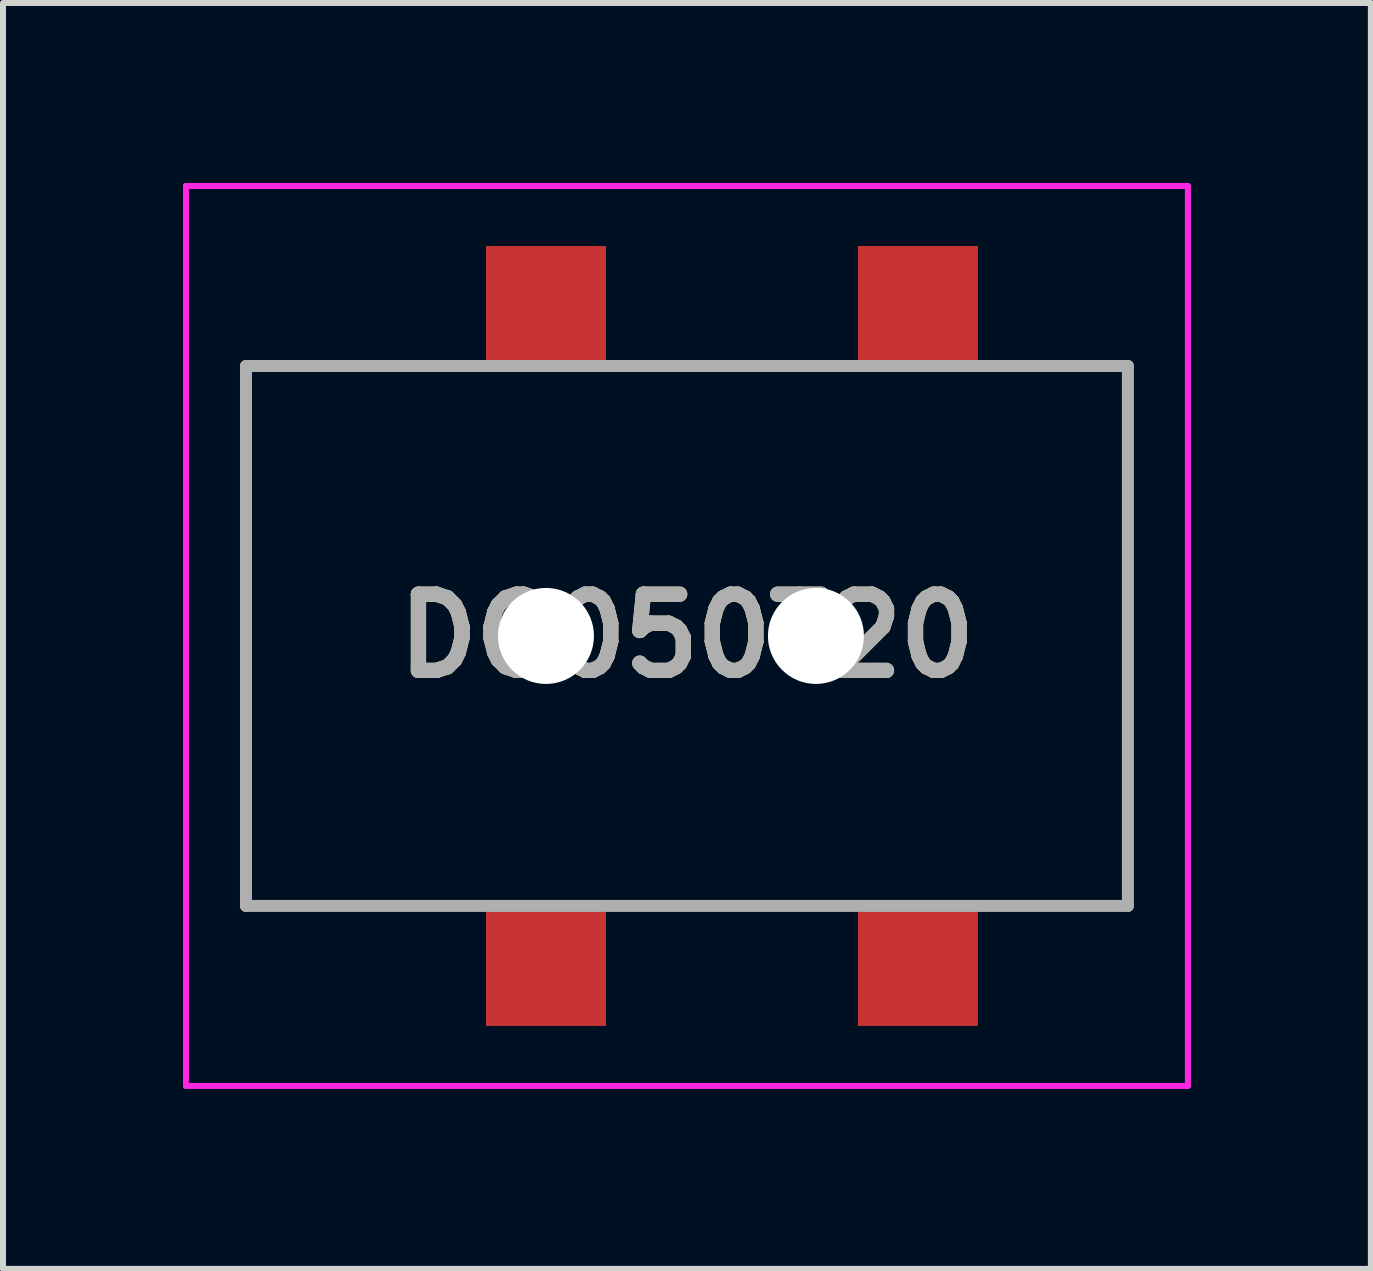
<source format=kicad_pcb>
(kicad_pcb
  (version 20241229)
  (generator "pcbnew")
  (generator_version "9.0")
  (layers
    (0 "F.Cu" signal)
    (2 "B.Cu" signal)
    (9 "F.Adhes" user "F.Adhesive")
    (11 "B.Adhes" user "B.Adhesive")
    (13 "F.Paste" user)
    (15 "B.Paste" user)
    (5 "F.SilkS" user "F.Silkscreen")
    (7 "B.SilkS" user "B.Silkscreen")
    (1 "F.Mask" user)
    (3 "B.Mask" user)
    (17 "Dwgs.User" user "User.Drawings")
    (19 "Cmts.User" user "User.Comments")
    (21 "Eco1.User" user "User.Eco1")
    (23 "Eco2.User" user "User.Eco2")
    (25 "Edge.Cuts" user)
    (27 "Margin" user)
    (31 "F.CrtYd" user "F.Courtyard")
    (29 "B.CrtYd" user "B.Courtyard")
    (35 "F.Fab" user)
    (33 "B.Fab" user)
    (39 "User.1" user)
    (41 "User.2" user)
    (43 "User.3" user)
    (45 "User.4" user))
  (footprint "DC050T20"
    (layer "F.Cu")
    (at 8.4 7.55)
    (property "Reference" "DC050T20" (at 0 0 0) (layer "F.SilkS") (effects (font (size 1.27 1.27) (thickness 0.254))))
    (attr through_hole)
    (fp_line (start -7.35 -4.5) (end -7.35 4.5) (stroke (width 0.1) (type solid)) (layer "F.SilkS"))
    (fp_line (start -7.35 4.5) (end -4 4.5) (stroke (width 0.1) (type solid)) (layer "F.SilkS"))
    (fp_line (start -4 -4.5) (end -7.35 -4.5) (stroke (width 0.1) (type solid)) (layer "F.SilkS"))
    (fp_line (start -1 -4.5) (end 2.5 -4.5) (stroke (width 0.1) (type solid)) (layer "F.SilkS"))
    (fp_line (start -1 4.5) (end 2.5 4.5) (stroke (width 0.1) (type solid)) (layer "F.SilkS"))
    (fp_line (start 5.5 -4.5) (end 7.35 -4.5) (stroke (width 0.1) (type solid)) (layer "F.SilkS"))
    (fp_line (start 7.35 -4.5) (end 7.35 4.5) (stroke (width 0.1) (type solid)) (layer "F.SilkS"))
    (fp_line (start 7.35 4.5) (end 5.5 4.5) (stroke (width 0.1) (type solid)) (layer "F.SilkS"))
    (fp_line (start -8.35 -7.5) (end 8.35 -7.5) (stroke (width 0.1) (type solid)) (layer "F.CrtYd"))
    (fp_line (start -8.35 7.5) (end -8.35 -7.5) (stroke (width 0.1) (type solid)) (layer "F.CrtYd"))
    (fp_line (start 8.35 -7.5) (end 8.35 7.5) (stroke (width 0.1) (type solid)) (layer "F.CrtYd"))
    (fp_line (start 8.35 7.5) (end -8.35 7.5) (stroke (width 0.1) (type solid)) (layer "F.CrtYd"))
    (fp_line (start -7.35 -4.5) (end 7.35 -4.5) (stroke (width 0.2) (type solid)) (layer "F.Fab"))
    (fp_line (start -7.35 4.5) (end -7.35 -4.5) (stroke (width 0.2) (type solid)) (layer "F.Fab"))
    (fp_line (start 7.35 -4.5) (end 7.35 4.5) (stroke (width 0.2) (type solid)) (layer "F.Fab"))
    (fp_line (start 7.35 4.5) (end -7.35 4.5) (stroke (width 0.2) (type solid)) (layer "F.Fab"))
    (fp_text user "${REFERENCE}" (at 0 0 0) (layer "F.Fab") (effects (font (size 1.27 1.27) (thickness 0.254))))
    (pad "" np_thru_hole circle (at -2.35 0) (size 1.6 1.6) (drill 1.6) (layers "*.Cu" "*.Mask"))
    (pad "" np_thru_hole circle (at 2.15 0) (size 1.6 1.6) (drill 1.6) (layers "*.Cu" "*.Mask"))
    (pad "3" smd rect (at -2.35 5.5 90) (size 2 2) (layers "F.Cu" "F.Mask" "F.Paste"))
    (pad "4" smd rect (at 3.85 5.5 90) (size 2 2) (layers "F.Cu" "F.Mask" "F.Paste"))
    (pad "A5" smd rect (at 3.85 -5.5 90) (size 2 2) (layers "F.Cu" "F.Mask" "F.Paste"))
    (pad "B5" smd rect (at -2.35 -5.5 90) (size 2 2) (layers "F.Cu" "F.Mask" "F.Paste")))
  (gr_rect
    (start -3 -3)
    (end 19.8 18.1)
    (stroke (width 0.1) (type default))
    (fill no)
    (layer "Edge.Cuts")))
</source>
